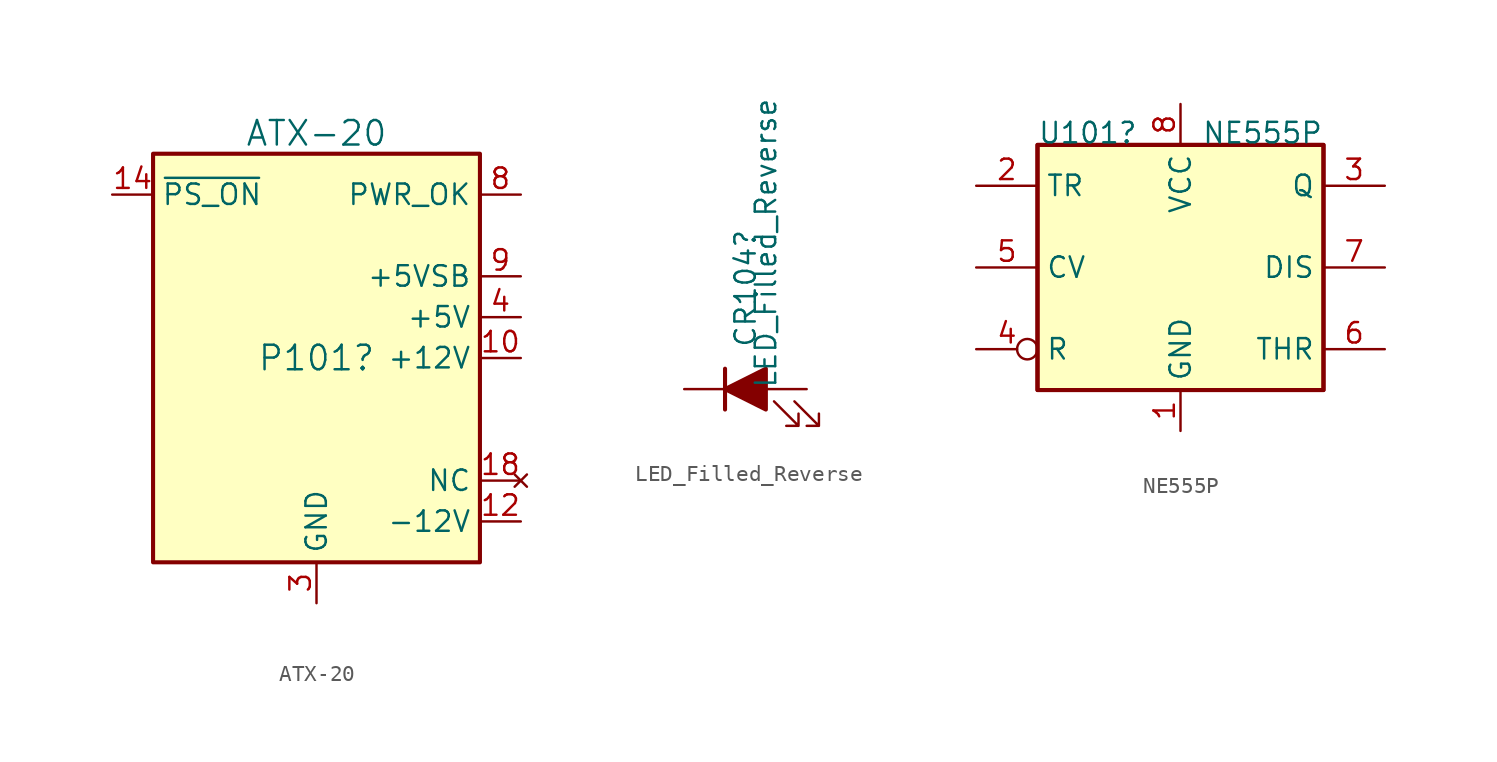
<source format=kicad_sym>
(kicad_symbol_lib
  (version 20211014)
  (generator kicad_symbol_editor)
  (symbol "ATX-20"
    (property "Reference" "P101"
      (at 0 0 0)
      (effects (font (size 1.524 1.524))))
    (property "Value" "ATX-20"
      (at 0 13.97 0)
      (effects (font (size 1.524 1.524))))
    (symbol "ATX-20_0_1"
      (rectangle (start -10.16 12.7) (end 10.16 -12.7) (stroke (width 0.254) (type default) (color 0 0 0 0)) (fill (type background))))
    (symbol "ATX-20_1_1"
      (pin power_out line (at 12.7 -2.54 180) (length 2.54) hide (name "+3.3V" (effects (font (size 1.27 1.27)))) (number "1" (effects (font (size 1.27 1.27)))))
      (pin power_out line (at 12.7 0 180) (length 2.54) (name "+12V" (effects (font (size 1.27 1.27)))) (number "10" (effects (font (size 1.27 1.27)))))
      (pin passive line (at 12.7 -2.54 180) (length 2.54) hide (name "+3.3V" (effects (font (size 1.27 1.27)))) (number "11" (effects (font (size 1.27 1.27)))))
      (pin power_out line (at 12.7 -10.16 180) (length 2.54) (name "-12V" (effects (font (size 1.27 1.27)))) (number "12" (effects (font (size 1.27 1.27)))))
      (pin passive line (at 0 -15.24 90) (length 2.54) hide (name "GND" (effects (font (size 1.27 1.27)))) (number "13" (effects (font (size 1.27 1.27)))))
      (pin input line (at -12.7 10.16 0) (length 2.54) (name "~{PS_ON}" (effects (font (size 1.27 1.27)))) (number "14" (effects (font (size 1.27 1.27)))))
      (pin passive line (at 0 -15.24 90) (length 2.54) hide (name "GND" (effects (font (size 1.27 1.27)))) (number "15" (effects (font (size 1.27 1.27)))))
      (pin passive line (at 0 -15.24 90) (length 2.54) hide (name "GND" (effects (font (size 1.27 1.27)))) (number "16" (effects (font (size 1.27 1.27)))))
      (pin passive line (at 0 -15.24 90) (length 2.54) hide (name "GND" (effects (font (size 1.27 1.27)))) (number "17" (effects (font (size 1.27 1.27)))))
      (pin no_connect line (at 12.7 -7.62 180) (length 2.54) (name "NC" (effects (font (size 1.27 1.27)))) (number "18" (effects (font (size 1.27 1.27)))))
      (pin passive line (at 12.7 2.54 180) (length 2.54) hide (name "+5V" (effects (font (size 1.27 1.27)))) (number "19" (effects (font (size 1.27 1.27)))))
      (pin passive line (at 12.7 -2.54 180) (length 2.54) hide (name "+3.3V" (effects (font (size 1.27 1.27)))) (number "2" (effects (font (size 1.27 1.27)))))
      (pin passive line (at 12.7 2.54 180) (length 2.54) hide (name "+5V" (effects (font (size 1.27 1.27)))) (number "20" (effects (font (size 1.27 1.27)))))
      (pin power_out line (at 0 -15.24 90) (length 2.54) (name "GND" (effects (font (size 1.27 1.27)))) (number "3" (effects (font (size 1.27 1.27)))))
      (pin power_out line (at 12.7 2.54 180) (length 2.54) (name "+5V" (effects (font (size 1.27 1.27)))) (number "4" (effects (font (size 1.27 1.27)))))
      (pin passive line (at 0 -15.24 90) (length 2.54) hide (name "GND" (effects (font (size 1.27 1.27)))) (number "5" (effects (font (size 1.27 1.27)))))
      (pin passive line (at 12.7 2.54 180) (length 2.54) hide (name "+5V" (effects (font (size 1.27 1.27)))) (number "6" (effects (font (size 1.27 1.27)))))
      (pin passive line (at 0 -15.24 90) (length 2.54) hide (name "GND" (effects (font (size 1.27 1.27)))) (number "7" (effects (font (size 1.27 1.27)))))
      (pin output line (at 12.7 10.16 180) (length 2.54) (name "PWR_OK" (effects (font (size 1.27 1.27)))) (number "8" (effects (font (size 1.27 1.27)))))
      (pin power_out line (at 12.7 5.08 180) (length 2.54) (name "+5VSB" (effects (font (size 1.27 1.27)))) (number "9" (effects (font (size 1.27 1.27)))))))
  (symbol "LED_Filled_Reverse"
    (pin_numbers hide)
    (pin_names
      (offset 1.016) hide)
    (property "Reference" "CR104"
      (at 0 2.54 90)
      (effects (font (size 1.27 1.27)) (justify left)))
    (property "Value" "LED_Filled_Reverse"
      (at 1.27 0 90)
      (effects (font (size 1.27 1.27)) (justify left)))
    (symbol "LED_Filled_Reverse_0_1"
      (polyline (pts (xy -1.27 -1.27) (xy -1.27 1.27)) (stroke (width 0.254) (type default) (color 0 0 0 0)) (fill (type none)))
      (polyline (pts (xy -1.27 0) (xy 1.27 0)) (stroke (width 0) (type default) (color 0 0 0 0)) (fill (type none)))
      (polyline (pts (xy 1.27 -1.27) (xy 1.27 1.27) (xy -1.27 0) (xy 1.27 -1.27)) (stroke (width 0.254) (type default) (color 0 0 0 0)) (fill (type outline)))
      (polyline (pts (xy 1.778 -0.762) (xy 3.302 -2.286) (xy 2.54 -2.286) (xy 3.302 -2.286) (xy 3.302 -1.524)) (stroke (width 0) (type default) (color 0 0 0 0)) (fill (type none)))
      (polyline (pts (xy 3.048 -0.762) (xy 4.572 -2.286) (xy 3.81 -2.286) (xy 4.572 -2.286) (xy 4.572 -1.524)) (stroke (width 0) (type default) (color 0 0 0 0)) (fill (type none))))
    (symbol "LED_Filled_Reverse_1_1"
      (pin passive line (at -3.81 0 0) (length 2.54) (name "K" (effects (font (size 1.27 1.27)))) (number "1" (effects (font (size 1.27 1.27)))))
      (pin passive line (at 3.81 0 180) (length 2.54) (name "A" (effects (font (size 1.27 1.27)))) (number "2" (effects (font (size 1.27 1.27)))))))
  (symbol "NE555P"
    (property "Reference" "U101"
      (at -8.89 7.62 0)
      (effects (font (size 1.27 1.27)) (justify left bottom)))
    (property "Value" "NE555P"
      (at 8.89 7.62 0)
      (effects (font (size 1.27 1.27)) (justify right bottom)))
    (symbol "NE555P_0_0"
      (pin power_in line (at 0 -10.16 90) (length 2.54) (name "GND" (effects (font (size 1.27 1.27)))) (number "1" (effects (font (size 1.27 1.27)))))
      (pin power_in line (at 0 10.16 270) (length 2.54) (name "VCC" (effects (font (size 1.27 1.27)))) (number "8" (effects (font (size 1.27 1.27))))))
    (symbol "NE555P_0_1"
      (rectangle (start -8.89 -7.62) (end 8.89 7.62) (stroke (width 0.254) (type default) (color 0 0 0 0)) (fill (type background)))
      (rectangle (start -8.89 -7.62) (end 8.89 7.62) (stroke (width 0.254) (type default) (color 0 0 0 0)) (fill (type background))))
    (symbol "NE555P_1_1"
      (pin input line (at -12.7 5.08 0) (length 3.81) (name "TR" (effects (font (size 1.27 1.27)))) (number "2" (effects (font (size 1.27 1.27)))))
      (pin output line (at 12.7 5.08 180) (length 3.81) (name "Q" (effects (font (size 1.27 1.27)))) (number "3" (effects (font (size 1.27 1.27)))))
      (pin input inverted (at -12.7 -5.08 0) (length 3.81) (name "R" (effects (font (size 1.27 1.27)))) (number "4" (effects (font (size 1.27 1.27)))))
      (pin input line (at -12.7 0 0) (length 3.81) (name "CV" (effects (font (size 1.27 1.27)))) (number "5" (effects (font (size 1.27 1.27)))))
      (pin input line (at 12.7 -5.08 180) (length 3.81) (name "THR" (effects (font (size 1.27 1.27)))) (number "6" (effects (font (size 1.27 1.27)))))
      (pin input line (at 12.7 0 180) (length 3.81) (name "DIS" (effects (font (size 1.27 1.27)))) (number "7" (effects (font (size 1.27 1.27))))))))
</source>
